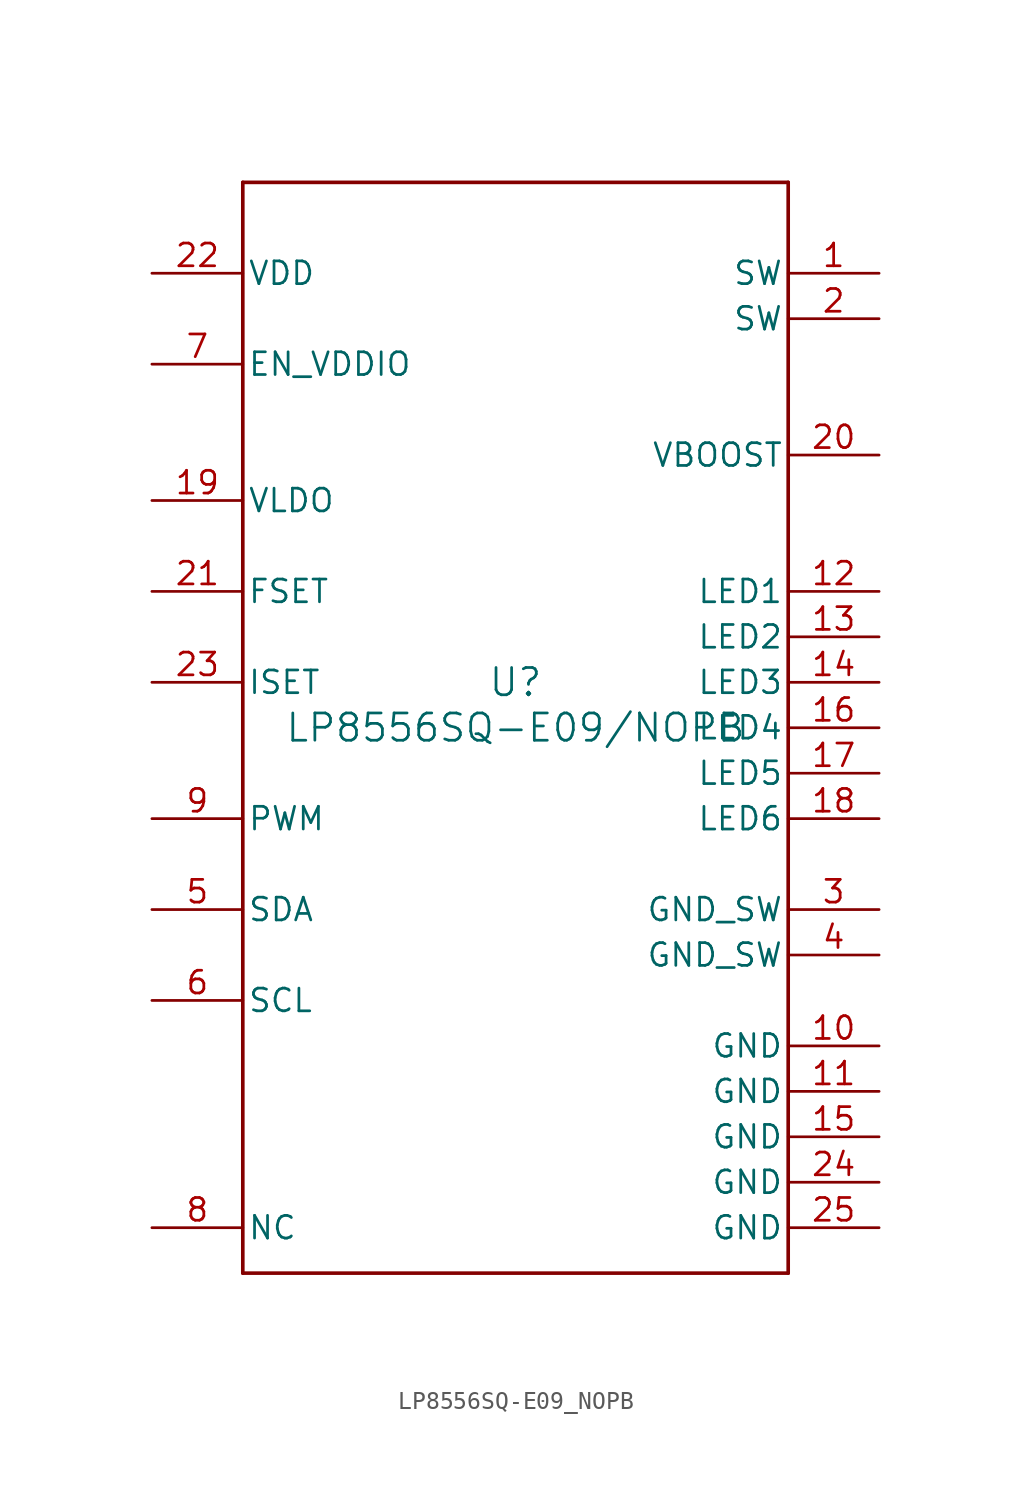
<source format=kicad_sym>
(kicad_symbol_lib
  (version 20211014)
  (generator kicad_symbol_editor)
  (symbol "LP8556SQ-E09_NOPB"
    (pin_names
      (offset 0.254))
    (property "Reference" "U"
      (at 0 2.54 0)
      (effects (font (size 1.524 1.524))))
    (property "Value" "LP8556SQ-E09/NOPB"
      (at 0 0 0)
      (effects (font (size 1.524 1.524))))
    (symbol "LP8556SQ-E09_NOPB_0_1"
      (polyline (pts (xy -15.24 -30.48) (xy 15.24 -30.48)) (stroke (width 0.203) (type default) (color 0 0 0 0)) (fill (type none)))
      (polyline (pts (xy 15.24 -30.48) (xy 15.24 30.48)) (stroke (width 0.203) (type default) (color 0 0 0 0)) (fill (type none)))
      (polyline (pts (xy 15.24 30.48) (xy -15.24 30.48)) (stroke (width 0.203) (type default) (color 0 0 0 0)) (fill (type none)))
      (polyline (pts (xy -15.24 30.48) (xy -15.24 -30.48)) (stroke (width 0.203) (type default) (color 0 0 0 0)) (fill (type none)))
      (pin power_in line (at 20.32 25.4 180) (length 5.08) (name "SW" (effects (font (size 1.27 1.27)))) (number "1" (effects (font (size 1.27 1.27)))))
      (pin power_in line (at 20.32 22.86 180) (length 5.08) (name "SW" (effects (font (size 1.27 1.27)))) (number "2" (effects (font (size 1.27 1.27)))))
      (pin power_in line (at 20.32 -10.16 180) (length 5.08) (name "GND_SW" (effects (font (size 1.27 1.27)))) (number "3" (effects (font (size 1.27 1.27)))))
      (pin power_in line (at 20.32 -12.7 180) (length 5.08) (name "GND_SW" (effects (font (size 1.27 1.27)))) (number "4" (effects (font (size 1.27 1.27)))))
      (pin bidirectional line (at -20.32 -10.16 0) (length 5.08) (name "SDA" (effects (font (size 1.27 1.27)))) (number "5" (effects (font (size 1.27 1.27)))))
      (pin input line (at -20.32 -15.24 0) (length 5.08) (name "SCL" (effects (font (size 1.27 1.27)))) (number "6" (effects (font (size 1.27 1.27)))))
      (pin power_in line (at -20.32 20.32 0) (length 5.08) (name "EN_VDDIO" (effects (font (size 1.27 1.27)))) (number "7" (effects (font (size 1.27 1.27)))))
      (pin unspecified line (at -20.32 -27.94 0) (length 5.08) (name "NC" (effects (font (size 1.27 1.27)))) (number "8" (effects (font (size 1.27 1.27)))))
      (pin input line (at -20.32 -5.08 0) (length 5.08) (name "PWM" (effects (font (size 1.27 1.27)))) (number "9" (effects (font (size 1.27 1.27)))))
      (pin power_in line (at 20.32 -17.78 180) (length 5.08) (name "GND" (effects (font (size 1.27 1.27)))) (number "10" (effects (font (size 1.27 1.27)))))
      (pin power_in line (at 20.32 -20.32 180) (length 5.08) (name "GND" (effects (font (size 1.27 1.27)))) (number "11" (effects (font (size 1.27 1.27)))))
      (pin power_in line (at 20.32 7.62 180) (length 5.08) (name "LED1" (effects (font (size 1.27 1.27)))) (number "12" (effects (font (size 1.27 1.27)))))
      (pin power_in line (at 20.32 5.08 180) (length 5.08) (name "LED2" (effects (font (size 1.27 1.27)))) (number "13" (effects (font (size 1.27 1.27)))))
      (pin power_in line (at 20.32 2.54 180) (length 5.08) (name "LED3" (effects (font (size 1.27 1.27)))) (number "14" (effects (font (size 1.27 1.27)))))
      (pin power_in line (at 20.32 -22.86 180) (length 5.08) (name "GND" (effects (font (size 1.27 1.27)))) (number "15" (effects (font (size 1.27 1.27)))))
      (pin power_in line (at 20.32 0 180) (length 5.08) (name "LED4" (effects (font (size 1.27 1.27)))) (number "16" (effects (font (size 1.27 1.27)))))
      (pin power_in line (at 20.32 -2.54 180) (length 5.08) (name "LED5" (effects (font (size 1.27 1.27)))) (number "17" (effects (font (size 1.27 1.27)))))
      (pin power_in line (at 20.32 -5.08 180) (length 5.08) (name "LED6" (effects (font (size 1.27 1.27)))) (number "18" (effects (font (size 1.27 1.27)))))
      (pin power_in line (at -20.32 12.7 0) (length 5.08) (name "VLDO" (effects (font (size 1.27 1.27)))) (number "19" (effects (font (size 1.27 1.27)))))
      (pin power_in line (at 20.32 15.24 180) (length 5.08) (name "VBOOST" (effects (font (size 1.27 1.27)))) (number "20" (effects (font (size 1.27 1.27)))))
      (pin input line (at -20.32 7.62 0) (length 5.08) (name "FSET" (effects (font (size 1.27 1.27)))) (number "21" (effects (font (size 1.27 1.27)))))
      (pin power_in line (at -20.32 25.4 0) (length 5.08) (name "VDD" (effects (font (size 1.27 1.27)))) (number "22" (effects (font (size 1.27 1.27)))))
      (pin input line (at -20.32 2.54 0) (length 5.08) (name "ISET" (effects (font (size 1.27 1.27)))) (number "23" (effects (font (size 1.27 1.27)))))
      (pin power_in line (at 20.32 -25.4 180) (length 5.08) (name "GND" (effects (font (size 1.27 1.27)))) (number "24" (effects (font (size 1.27 1.27)))))
      (pin power_in line (at 20.32 -27.94 180) (length 5.08) (name "GND" (effects (font (size 1.27 1.27)))) (number "25" (effects (font (size 1.27 1.27))))))))
</source>
